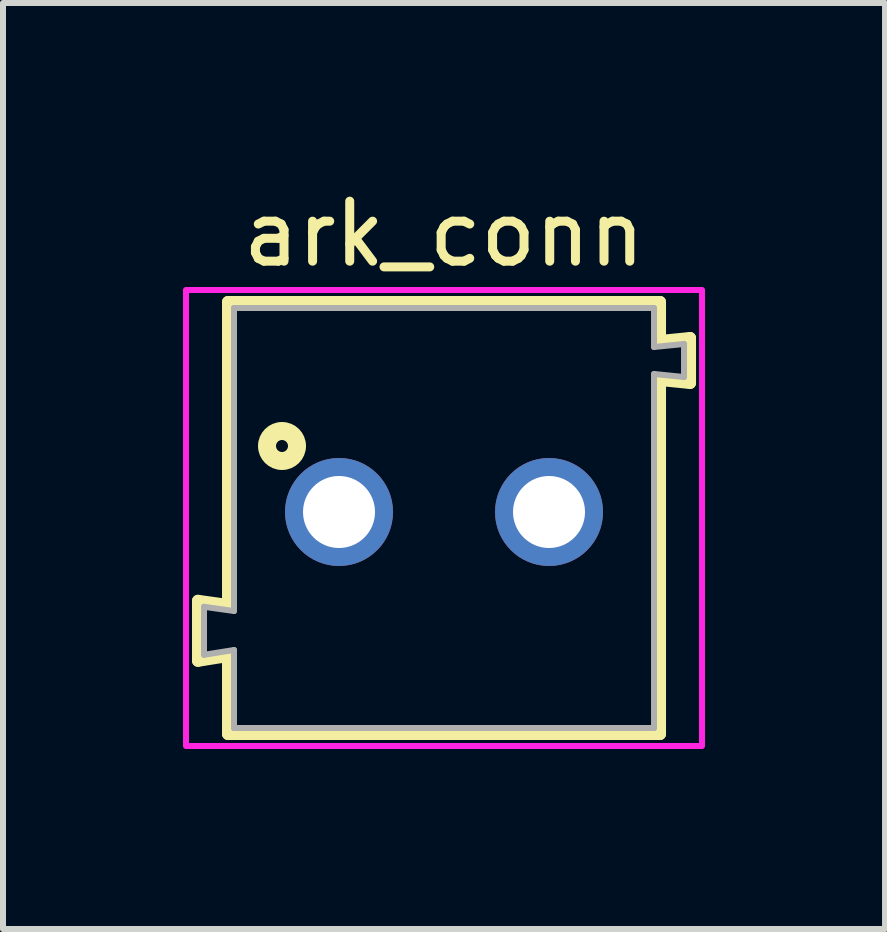
<source format=kicad_pcb>
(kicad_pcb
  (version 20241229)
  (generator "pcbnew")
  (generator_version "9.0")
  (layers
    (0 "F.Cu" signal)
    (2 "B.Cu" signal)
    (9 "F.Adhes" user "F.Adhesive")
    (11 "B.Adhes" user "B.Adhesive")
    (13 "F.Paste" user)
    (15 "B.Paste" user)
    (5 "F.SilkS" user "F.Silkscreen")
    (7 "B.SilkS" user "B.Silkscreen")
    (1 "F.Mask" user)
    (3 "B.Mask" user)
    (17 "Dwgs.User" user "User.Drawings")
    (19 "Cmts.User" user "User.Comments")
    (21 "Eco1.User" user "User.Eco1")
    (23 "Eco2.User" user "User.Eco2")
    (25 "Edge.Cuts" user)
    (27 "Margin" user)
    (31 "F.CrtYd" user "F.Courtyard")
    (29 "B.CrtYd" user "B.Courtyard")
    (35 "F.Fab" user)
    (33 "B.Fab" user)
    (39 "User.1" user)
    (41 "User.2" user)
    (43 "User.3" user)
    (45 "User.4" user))
  (footprint "ark_conn"
    (layer "F.Cu")
    (at 4.35 5.483)
    (property "Reference" "ark_conn" (at 0 -4.635 0) (layer "F.SilkS") (effects (font (size 1 1) (thickness 0.15))))
    (attr through_hole)
    (fp_line (start -4.1 1.48) (end -3.6 1.55) (stroke (width 0.2) (type solid)) (layer "F.SilkS"))
    (fp_line (start -4.1 2.48) (end -4.1 1.48) (stroke (width 0.2) (type solid)) (layer "F.SilkS"))
    (fp_line (start -3.6 -3.5) (end 3.6 -3.5) (stroke (width 0.2) (type solid)) (layer "F.SilkS"))
    (fp_line (start -3.6 1.55) (end -3.6 -3.5) (stroke (width 0.2) (type solid)) (layer "F.SilkS"))
    (fp_line (start -3.6 2.4) (end -4.1 2.48) (stroke (width 0.2) (type solid)) (layer "F.SilkS"))
    (fp_line (start -3.6 3.7) (end -3.6 2.4) (stroke (width 0.2) (type solid)) (layer "F.SilkS"))
    (fp_line (start 3.6 -3.5) (end 3.6 -2.85) (stroke (width 0.2) (type solid)) (layer "F.SilkS"))
    (fp_line (start 3.6 -2.85) (end 4.1 -2.9) (stroke (width 0.2) (type solid)) (layer "F.SilkS"))
    (fp_line (start 3.6 -2.2) (end 3.6 3.7) (stroke (width 0.2) (type solid)) (layer "F.SilkS"))
    (fp_line (start 3.6 3.7) (end -3.6 3.7) (stroke (width 0.2) (type solid)) (layer "F.SilkS"))
    (fp_line (start 4.1 -2.9) (end 4.1 -2.15) (stroke (width 0.2) (type solid)) (layer "F.SilkS"))
    (fp_line (start 4.1 -2.15) (end 3.6 -2.2) (stroke (width 0.2) (type solid)) (layer "F.SilkS"))
    (fp_circle (center -2.7 -1.1) (end -2.6 -1.1) (stroke (width 0.3) (type solid)) (fill no) (layer "F.SilkS"))
    (fp_poly (pts (xy -4.3 -3.7) (xy 4.3 -3.7) (xy 4.3 3.9) (xy -4.3 3.9)) (stroke (width 0.1) (type solid)) (fill no) (layer "F.CrtYd"))
    (fp_line (start -4 1.58) (end -4 2.38) (stroke (width 0.1) (type solid)) (layer "F.Fab"))
    (fp_line (start -3.5 -3.4) (end -3.5 1.65) (stroke (width 0.1) (type solid)) (layer "F.Fab"))
    (fp_line (start -3.5 1.65) (end -4 1.58) (stroke (width 0.1) (type solid)) (layer "F.Fab"))
    (fp_line (start -3.5 2.3) (end -4 2.38) (stroke (width 0.1) (type solid)) (layer "F.Fab"))
    (fp_line (start -3.5 2.3) (end -3.5 3.6) (stroke (width 0.1) (type solid)) (layer "F.Fab"))
    (fp_line (start -3.5 3.6) (end 3.5 3.6) (stroke (width 0.1) (type solid)) (layer "F.Fab"))
    (fp_line (start 3.5 -3.4) (end -3.5 -3.4) (stroke (width 0.1) (type solid)) (layer "F.Fab"))
    (fp_line (start 3.5 -3.4) (end 3.5 -2.75) (stroke (width 0.1) (type solid)) (layer "F.Fab"))
    (fp_line (start 3.5 -2.75) (end 4 -2.8) (stroke (width 0.1) (type solid)) (layer "F.Fab"))
    (fp_line (start 3.5 -2.3) (end 3.5 3.6) (stroke (width 0.1) (type solid)) (layer "F.Fab"))
    (fp_line (start 3.5 -2.3) (end 4 -2.25) (stroke (width 0.1) (type solid)) (layer "F.Fab"))
    (fp_line (start 4 -2.25) (end 4 -2.8) (stroke (width 0.1) (type solid)) (layer "F.Fab"))
    (pad "1" thru_hole circle (at -1.75 0) (size 1.8 1.8) (drill 1.2) (layers "*.Cu" "*.Mask"))
    (pad "2" thru_hole circle (at 1.75 0) (size 1.8 1.8) (drill 1.2) (layers "*.Cu" "*.Mask")))
  (gr_rect
    (start -3 -3)
    (end 11.7 12.433)
    (stroke (width 0.1) (type default))
    (fill no)
    (layer "Edge.Cuts")))
</source>
